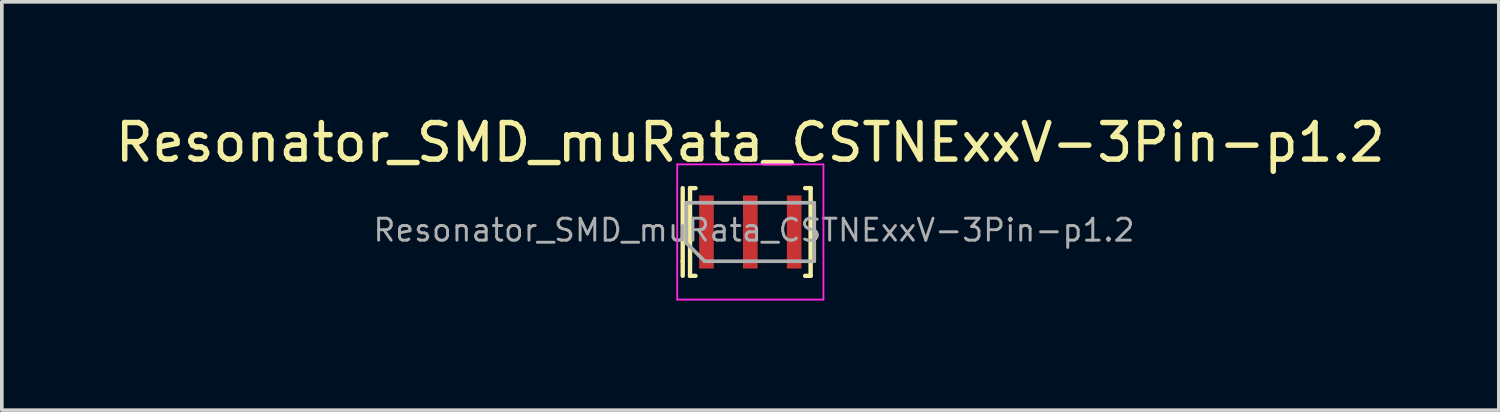
<source format=kicad_pcb>
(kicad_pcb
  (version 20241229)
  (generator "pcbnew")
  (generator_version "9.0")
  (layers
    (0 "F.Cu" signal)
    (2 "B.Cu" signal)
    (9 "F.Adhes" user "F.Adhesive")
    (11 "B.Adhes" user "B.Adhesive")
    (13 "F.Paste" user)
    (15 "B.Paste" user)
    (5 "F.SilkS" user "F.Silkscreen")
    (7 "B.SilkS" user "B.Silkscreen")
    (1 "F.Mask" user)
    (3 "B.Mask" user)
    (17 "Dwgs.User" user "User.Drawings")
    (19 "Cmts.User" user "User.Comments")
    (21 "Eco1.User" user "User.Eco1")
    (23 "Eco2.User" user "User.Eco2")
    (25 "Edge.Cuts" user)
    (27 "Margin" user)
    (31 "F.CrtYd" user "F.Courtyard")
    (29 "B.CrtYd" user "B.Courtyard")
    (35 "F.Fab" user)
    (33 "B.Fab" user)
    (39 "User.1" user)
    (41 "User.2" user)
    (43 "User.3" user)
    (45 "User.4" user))
  (footprint "Resonator_SMD_muRata_CSTNExxV-3Pin-p1.2"
    (layer "F.Cu")
    (at 17.482 3.298)
    (property "Reference" "Resonator_SMD_muRata_CSTNExxV-3Pin-p1.2" (at 0 -2.45 0) (layer "F.SilkS") (effects (font (size 1 1) (thickness 0.15))))
    (attr smd)
    (fp_line (start -1.85 -1.2) (end -1.85 0.8) (stroke (width 0.12) (type solid)) (layer "F.SilkS"))
    (fp_line (start -1.85 0.8) (end -1.85 1.2) (stroke (width 0.12) (type solid)) (layer "F.SilkS"))
    (fp_line (start -1.65 -1.2) (end -1.5 -1.2) (stroke (width 0.12) (type solid)) (layer "F.SilkS"))
    (fp_line (start -1.65 0.8) (end -1.65 -1.2) (stroke (width 0.12) (type solid)) (layer "F.SilkS"))
    (fp_line (start -1.65 0.8) (end -1.65 1.2) (stroke (width 0.12) (type solid)) (layer "F.SilkS"))
    (fp_line (start -1.65 1.2) (end -1.5 1.2) (stroke (width 0.12) (type solid)) (layer "F.SilkS"))
    (fp_line (start 1.65 -1.2) (end 1.5 -1.2) (stroke (width 0.12) (type solid)) (layer "F.SilkS"))
    (fp_line (start 1.65 -1.2) (end 1.65 0.8) (stroke (width 0.12) (type solid)) (layer "F.SilkS"))
    (fp_line (start 1.65 0.8) (end 1.65 1.2) (stroke (width 0.12) (type solid)) (layer "F.SilkS"))
    (fp_line (start 1.65 1.2) (end 1.5 1.2) (stroke (width 0.12) (type solid)) (layer "F.SilkS"))
    (fp_line (start -2 -1.85) (end 2 -1.85) (stroke (width 0.05) (type solid)) (layer "F.CrtYd"))
    (fp_line (start -2 1.85) (end -2 -1.85) (stroke (width 0.05) (type solid)) (layer "F.CrtYd"))
    (fp_line (start 2 -1.85) (end 2 1.85) (stroke (width 0.05) (type solid)) (layer "F.CrtYd"))
    (fp_line (start 2 1.85) (end -2 1.85) (stroke (width 0.05) (type solid)) (layer "F.CrtYd"))
    (fp_line (start -1.75 0.3) (end -1.75 -0.8) (stroke (width 0.1) (type solid)) (layer "F.Fab"))
    (fp_line (start -1.25 0.8) (end -1.75 0.3) (stroke (width 0.1) (type solid)) (layer "F.Fab"))
    (fp_line (start -1.25 0.8) (end 1.75 0.8) (stroke (width 0.1) (type solid)) (layer "F.Fab"))
    (fp_line (start 1.75 -0.8) (end -1.75 -0.8) (stroke (width 0.1) (type solid)) (layer "F.Fab"))
    (fp_line (start 1.75 0.8) (end 1.75 -0.8) (stroke (width 0.1) (type solid)) (layer "F.Fab"))
    (fp_text user "${REFERENCE}" (at 0.1 -0.05 0) (layer "F.Fab") (effects (font (size 0.6 0.6) (thickness 0.08))))
    (pad "1" smd rect (at -1.2 0 180) (size 0.4 2) (layers "F.Cu" "F.Mask" "F.Paste"))
    (pad "2" smd rect (at 1.2 0 180) (size 0.4 2) (layers "F.Cu" "F.Mask" "F.Paste"))
    (pad "3" smd rect (at 0 0 180) (size 0.4 2) (layers "F.Cu" "F.Mask" "F.Paste")))
  (gr_rect
    (start -3 -3)
    (end 37.964 8.173)
    (stroke (width 0.1) (type default))
    (fill no)
    (layer "Edge.Cuts")))
</source>
